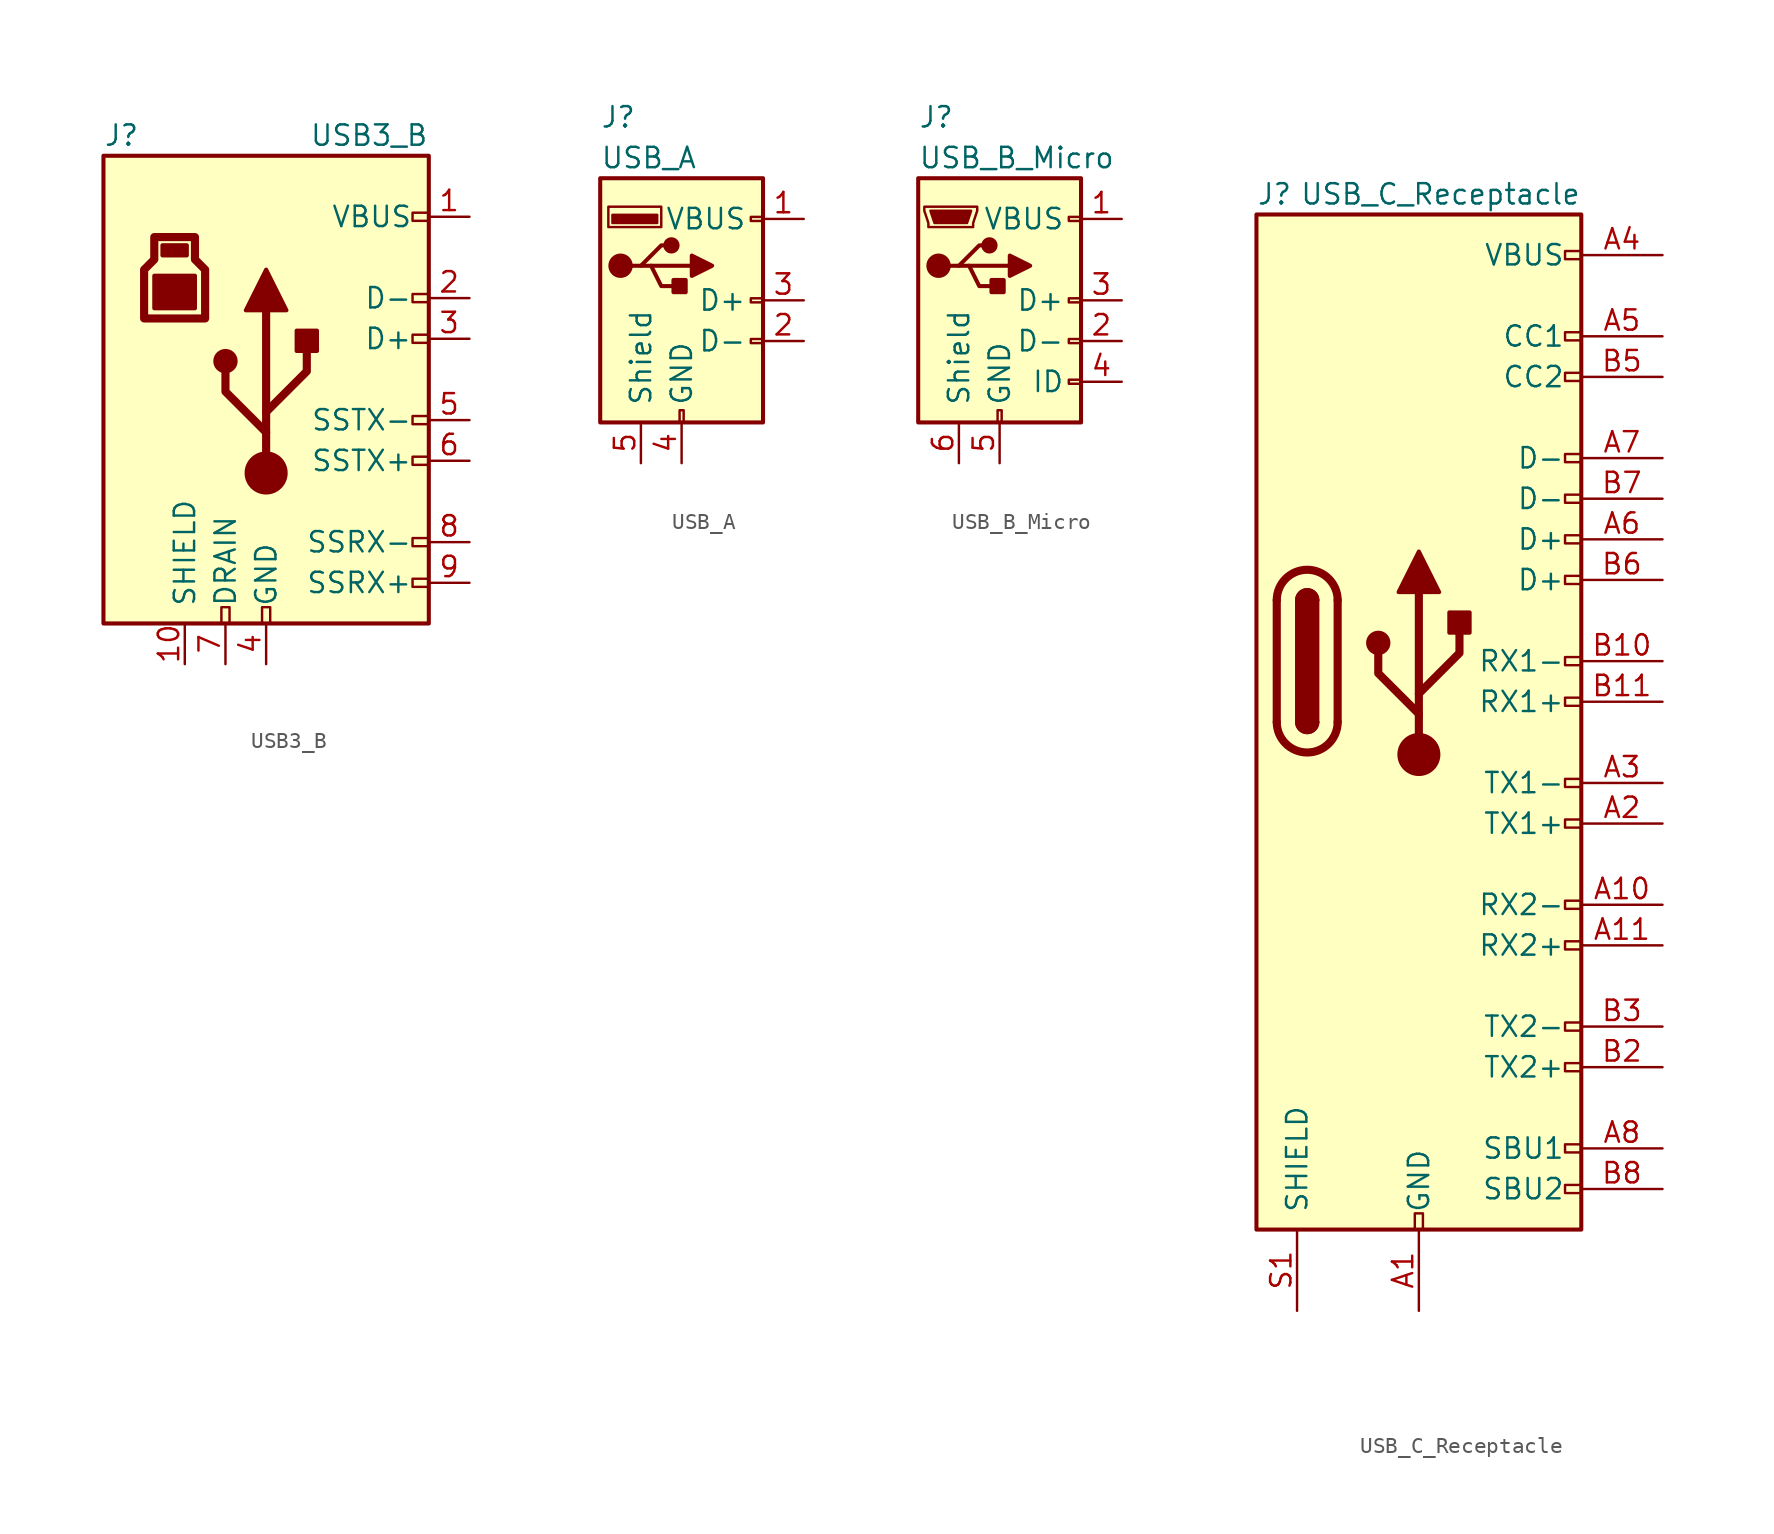
<source format=kicad_sym>
(kicad_symbol_lib
  (version 20241209)
  (generator "kicad_symbol_editor")
  (generator_version "9.0")
  (symbol "USB3_B"
    (pin_names
      (offset 1.016))
    (property "Reference" "J"
      (at -10.16 15.24 0)
      (effects (font (size 1.27 1.27)) (justify left)))
    (property "Value" "USB3_B"
      (at 10.16 15.24 0)
      (effects (font (size 1.27 1.27)) (justify right)))
    (symbol "USB3_B_0_0"
      (rectangle (start -2.794 -15.24) (end -2.286 -14.224) (stroke (width 0) (type default)) (fill (type none)))
      (rectangle (start -0.254 -15.24) (end 0.254 -14.224) (stroke (width 0) (type default)) (fill (type none)))
      (rectangle (start 10.16 10.414) (end 9.144 9.906) (stroke (width 0) (type default)) (fill (type none)))
      (rectangle (start 10.16 5.334) (end 9.144 4.826) (stroke (width 0) (type default)) (fill (type none)))
      (rectangle (start 10.16 2.794) (end 9.144 2.286) (stroke (width 0) (type default)) (fill (type none)))
      (rectangle (start 10.16 -2.286) (end 9.144 -2.794) (stroke (width 0) (type default)) (fill (type none)))
      (rectangle (start 10.16 -4.826) (end 9.144 -5.334) (stroke (width 0) (type default)) (fill (type none)))
      (rectangle (start 10.16 -9.906) (end 9.144 -10.414) (stroke (width 0) (type default)) (fill (type none)))
      (rectangle (start 10.16 -12.446) (end 9.144 -12.954) (stroke (width 0) (type default)) (fill (type none))))
    (symbol "USB3_B_0_1"
      (rectangle (start -10.16 13.97) (end 10.16 -15.24) (stroke (width 0.254) (type default)) (fill (type background)))
      (polyline (pts (xy -6.985 8.89) (xy -6.985 7.493) (xy -7.62 6.858) (xy -7.62 3.81) (xy -3.81 3.81) (xy -3.81 6.858) (xy -4.445 7.493) (xy -4.445 8.89) (xy -6.858 8.89) (xy -6.985 8.89)) (stroke (width 0.508) (type default)) (fill (type none)))
      (rectangle (start -6.477 8.382) (end -4.953 7.747) (stroke (width 0.254) (type default)) (fill (type outline)))
      (rectangle (start -4.445 4.445) (end -6.985 6.477) (stroke (width 0.254) (type default)) (fill (type outline))))
    (symbol "USB3_B_1_1"
      (circle (center -2.54 1.143) (radius 0.635) (stroke (width 0.254) (type default)) (fill (type outline)))
      (polyline (pts (xy -1.27 4.318) (xy 0 6.858) (xy 1.27 4.318) (xy -1.27 4.318)) (stroke (width 0.254) (type default)) (fill (type outline)))
      (polyline (pts (xy 0 -2.032) (xy 2.54 0.508) (xy 2.54 1.778)) (stroke (width 0.508) (type default)) (fill (type none)))
      (polyline (pts (xy 0 -3.302) (xy -2.54 -0.762) (xy -2.54 0.508)) (stroke (width 0.508) (type default)) (fill (type none)))
      (polyline (pts (xy 0 -5.842) (xy 0 4.318)) (stroke (width 0.508) (type default)) (fill (type none)))
      (circle (center 0 -5.842) (radius 1.27) (stroke (width 0) (type default)) (fill (type outline)))
      (rectangle (start 1.905 1.778) (end 3.175 3.048) (stroke (width 0.254) (type default)) (fill (type outline)))
      (pin passive line (at -5.08 -17.78 90) (length 2.54) (name "SHIELD" (effects (font (size 1.27 1.27)))) (number "10" (effects (font (size 1.27 1.27)))))
      (pin passive line (at -2.54 -17.78 90) (length 2.54) (name "DRAIN" (effects (font (size 1.27 1.27)))) (number "7" (effects (font (size 1.27 1.27)))))
      (pin power_out line (at 0 -17.78 90) (length 2.54) (name "GND" (effects (font (size 1.27 1.27)))) (number "4" (effects (font (size 1.27 1.27)))))
      (pin power_out line (at 12.7 10.16 180) (length 2.54) (name "VBUS" (effects (font (size 1.27 1.27)))) (number "1" (effects (font (size 1.27 1.27)))))
      (pin bidirectional line (at 12.7 5.08 180) (length 2.54) (name "D-" (effects (font (size 1.27 1.27)))) (number "2" (effects (font (size 1.27 1.27)))))
      (pin bidirectional line (at 12.7 2.54 180) (length 2.54) (name "D+" (effects (font (size 1.27 1.27)))) (number "3" (effects (font (size 1.27 1.27)))))
      (pin output line (at 12.7 -2.54 180) (length 2.54) (name "SSTX-" (effects (font (size 1.27 1.27)))) (number "5" (effects (font (size 1.27 1.27)))))
      (pin output line (at 12.7 -5.08 180) (length 2.54) (name "SSTX+" (effects (font (size 1.27 1.27)))) (number "6" (effects (font (size 1.27 1.27)))))
      (pin input line (at 12.7 -10.16 180) (length 2.54) (name "SSRX-" (effects (font (size 1.27 1.27)))) (number "8" (effects (font (size 1.27 1.27)))))
      (pin input line (at 12.7 -12.7 180) (length 2.54) (name "SSRX+" (effects (font (size 1.27 1.27)))) (number "9" (effects (font (size 1.27 1.27)))))))
  (symbol "USB_A"
    (pin_names
      (offset 1.016))
    (property "Reference" "J"
      (at -5.08 11.43 0)
      (effects (font (size 1.27 1.27)) (justify left)))
    (property "Value" "USB_A"
      (at -5.08 8.89 0)
      (effects (font (size 1.27 1.27)) (justify left)))
    (symbol "USB_A_0_1"
      (rectangle (start -5.08 -7.62) (end 5.08 7.62) (stroke (width 0.254) (type default)) (fill (type background)))
      (circle (center -3.81 2.159) (radius 0.635) (stroke (width 0.254) (type default)) (fill (type outline)))
      (polyline (pts (xy -3.175 2.159) (xy -2.54 2.159) (xy -1.27 3.429) (xy -0.635 3.429)) (stroke (width 0.254) (type default)) (fill (type none)))
      (polyline (pts (xy -2.54 2.159) (xy -1.905 2.159) (xy -1.27 0.889) (xy 0 0.889)) (stroke (width 0.254) (type default)) (fill (type none)))
      (rectangle (start -1.524 4.826) (end -4.318 5.334) (stroke (width 0) (type default)) (fill (type outline)))
      (rectangle (start -1.27 4.572) (end -4.572 5.842) (stroke (width 0) (type default)) (fill (type none)))
      (circle (center -0.635 3.429) (radius 0.381) (stroke (width 0.254) (type default)) (fill (type outline)))
      (rectangle (start -0.127 -7.62) (end 0.127 -6.858) (stroke (width 0) (type default)) (fill (type none)))
      (rectangle (start 0.254 1.27) (end -0.508 0.508) (stroke (width 0.254) (type default)) (fill (type outline)))
      (polyline (pts (xy 0.635 2.794) (xy 0.635 1.524) (xy 1.905 2.159) (xy 0.635 2.794)) (stroke (width 0.254) (type default)) (fill (type outline)))
      (rectangle (start 5.08 4.953) (end 4.318 5.207) (stroke (width 0) (type default)) (fill (type none)))
      (rectangle (start 5.08 -0.127) (end 4.318 0.127) (stroke (width 0) (type default)) (fill (type none)))
      (rectangle (start 5.08 -2.667) (end 4.318 -2.413) (stroke (width 0) (type default)) (fill (type none))))
    (symbol "USB_A_1_1"
      (polyline (pts (xy -1.905 2.159) (xy 0.635 2.159)) (stroke (width 0.254) (type default)) (fill (type none)))
      (pin passive line (at -2.54 -10.16 90) (length 2.54) (name "Shield" (effects (font (size 1.27 1.27)))) (number "5" (effects (font (size 1.27 1.27)))))
      (pin power_in line (at 0 -10.16 90) (length 2.54) (name "GND" (effects (font (size 1.27 1.27)))) (number "4" (effects (font (size 1.27 1.27)))))
      (pin power_in line (at 7.62 5.08 180) (length 2.54) (name "VBUS" (effects (font (size 1.27 1.27)))) (number "1" (effects (font (size 1.27 1.27)))))
      (pin bidirectional line (at 7.62 0 180) (length 2.54) (name "D+" (effects (font (size 1.27 1.27)))) (number "3" (effects (font (size 1.27 1.27)))))
      (pin bidirectional line (at 7.62 -2.54 180) (length 2.54) (name "D-" (effects (font (size 1.27 1.27)))) (number "2" (effects (font (size 1.27 1.27)))))))
  (symbol "USB_B_Micro"
    (pin_names
      (offset 1.016))
    (property "Reference" "J"
      (at -5.08 11.43 0)
      (effects (font (size 1.27 1.27)) (justify left)))
    (property "Value" "USB_B_Micro"
      (at -5.08 8.89 0)
      (effects (font (size 1.27 1.27)) (justify left)))
    (symbol "USB_B_Micro_0_1"
      (rectangle (start -5.08 -7.62) (end 5.08 7.62) (stroke (width 0.254) (type default)) (fill (type background)))
      (polyline (pts (xy -4.699 5.842) (xy -4.699 5.588) (xy -4.445 4.826) (xy -4.445 4.572) (xy -1.651 4.572) (xy -1.651 4.826) (xy -1.397 5.588) (xy -1.397 5.842) (xy -4.699 5.842)) (stroke (width 0) (type default)) (fill (type none)))
      (polyline (pts (xy -4.318 5.588) (xy -1.778 5.588) (xy -2.032 4.826) (xy -4.064 4.826) (xy -4.318 5.588)) (stroke (width 0) (type default)) (fill (type outline)))
      (circle (center -3.81 2.159) (radius 0.635) (stroke (width 0.254) (type default)) (fill (type outline)))
      (polyline (pts (xy -3.175 2.159) (xy -2.54 2.159) (xy -1.27 3.429) (xy -0.635 3.429)) (stroke (width 0.254) (type default)) (fill (type none)))
      (polyline (pts (xy -2.54 2.159) (xy -1.905 2.159) (xy -1.27 0.889) (xy 0 0.889)) (stroke (width 0.254) (type default)) (fill (type none)))
      (polyline (pts (xy -1.905 2.159) (xy 0.635 2.159)) (stroke (width 0.254) (type default)) (fill (type none)))
      (circle (center -0.635 3.429) (radius 0.381) (stroke (width 0.254) (type default)) (fill (type outline)))
      (rectangle (start -0.127 -7.62) (end 0.127 -6.858) (stroke (width 0) (type default)) (fill (type none)))
      (rectangle (start 0.254 1.27) (end -0.508 0.508) (stroke (width 0.254) (type default)) (fill (type outline)))
      (polyline (pts (xy 0.635 2.794) (xy 0.635 1.524) (xy 1.905 2.159) (xy 0.635 2.794)) (stroke (width 0.254) (type default)) (fill (type outline)))
      (rectangle (start 5.08 4.953) (end 4.318 5.207) (stroke (width 0) (type default)) (fill (type none)))
      (rectangle (start 5.08 -0.127) (end 4.318 0.127) (stroke (width 0) (type default)) (fill (type none)))
      (rectangle (start 5.08 -2.667) (end 4.318 -2.413) (stroke (width 0) (type default)) (fill (type none)))
      (rectangle (start 5.08 -5.207) (end 4.318 -4.953) (stroke (width 0) (type default)) (fill (type none))))
    (symbol "USB_B_Micro_1_1"
      (pin passive line (at -2.54 -10.16 90) (length 2.54) (name "Shield" (effects (font (size 1.27 1.27)))) (number "6" (effects (font (size 1.27 1.27)))))
      (pin power_out line (at 0 -10.16 90) (length 2.54) (name "GND" (effects (font (size 1.27 1.27)))) (number "5" (effects (font (size 1.27 1.27)))))
      (pin power_out line (at 7.62 5.08 180) (length 2.54) (name "VBUS" (effects (font (size 1.27 1.27)))) (number "1" (effects (font (size 1.27 1.27)))))
      (pin bidirectional line (at 7.62 0 180) (length 2.54) (name "D+" (effects (font (size 1.27 1.27)))) (number "3" (effects (font (size 1.27 1.27)))))
      (pin bidirectional line (at 7.62 -2.54 180) (length 2.54) (name "D-" (effects (font (size 1.27 1.27)))) (number "2" (effects (font (size 1.27 1.27)))))
      (pin passive line (at 7.62 -5.08 180) (length 2.54) (name "ID" (effects (font (size 1.27 1.27)))) (number "4" (effects (font (size 1.27 1.27)))))))
  (symbol "USB_C_Receptacle"
    (pin_names
      (offset 1.016))
    (property "Reference" "J"
      (at -10.16 29.21 0)
      (effects (font (size 1.27 1.27)) (justify left)))
    (property "Value" "USB_C_Receptacle"
      (at 10.16 29.21 0)
      (effects (font (size 1.27 1.27)) (justify right)))
    (symbol "USB_C_Receptacle_0_0"
      (rectangle (start -0.254 -35.56) (end 0.254 -34.544) (stroke (width 0) (type default)) (fill (type none)))
      (rectangle (start 10.16 25.654) (end 9.144 25.146) (stroke (width 0) (type default)) (fill (type none)))
      (rectangle (start 10.16 20.574) (end 9.144 20.066) (stroke (width 0) (type default)) (fill (type none)))
      (rectangle (start 10.16 18.034) (end 9.144 17.526) (stroke (width 0) (type default)) (fill (type none)))
      (rectangle (start 10.16 12.954) (end 9.144 12.446) (stroke (width 0) (type default)) (fill (type none)))
      (rectangle (start 10.16 10.414) (end 9.144 9.906) (stroke (width 0) (type default)) (fill (type none)))
      (rectangle (start 10.16 7.874) (end 9.144 7.366) (stroke (width 0) (type default)) (fill (type none)))
      (rectangle (start 10.16 5.334) (end 9.144 4.826) (stroke (width 0) (type default)) (fill (type none)))
      (rectangle (start 10.16 0.254) (end 9.144 -0.254) (stroke (width 0) (type default)) (fill (type none)))
      (rectangle (start 10.16 -2.286) (end 9.144 -2.794) (stroke (width 0) (type default)) (fill (type none)))
      (rectangle (start 10.16 -7.366) (end 9.144 -7.874) (stroke (width 0) (type default)) (fill (type none)))
      (rectangle (start 10.16 -9.906) (end 9.144 -10.414) (stroke (width 0) (type default)) (fill (type none)))
      (rectangle (start 10.16 -14.986) (end 9.144 -15.494) (stroke (width 0) (type default)) (fill (type none)))
      (rectangle (start 10.16 -17.526) (end 9.144 -18.034) (stroke (width 0) (type default)) (fill (type none)))
      (rectangle (start 10.16 -22.606) (end 9.144 -23.114) (stroke (width 0) (type default)) (fill (type none)))
      (rectangle (start 10.16 -25.146) (end 9.144 -25.654) (stroke (width 0) (type default)) (fill (type none)))
      (rectangle (start 10.16 -30.226) (end 9.144 -30.734) (stroke (width 0) (type default)) (fill (type none)))
      (rectangle (start 10.16 -32.766) (end 9.144 -33.274) (stroke (width 0) (type default)) (fill (type none))))
    (symbol "USB_C_Receptacle_0_1"
      (rectangle (start -10.16 27.94) (end 10.16 -35.56) (stroke (width 0.254) (type default)) (fill (type background)))
      (polyline (pts (xy -8.89 -3.81) (xy -8.89 3.81)) (stroke (width 0.508) (type default)) (fill (type none)))
      (rectangle (start -7.62 -3.81) (end -6.35 3.81) (stroke (width 0.254) (type default)) (fill (type outline)))
      (arc (start -7.62 3.81) (mid -6.985 4.4423) (end -6.35 3.81) (stroke (width 0.254) (type default)) (fill (type none)))
      (arc (start -7.62 3.81) (mid -6.985 4.4423) (end -6.35 3.81) (stroke (width 0.254) (type default)) (fill (type outline)))
      (arc (start -8.89 3.81) (mid -6.985 5.7067) (end -5.08 3.81) (stroke (width 0.508) (type default)) (fill (type none)))
      (arc (start -5.08 -3.81) (mid -6.985 -5.7067) (end -8.89 -3.81) (stroke (width 0.508) (type default)) (fill (type none)))
      (arc (start -6.35 -3.81) (mid -6.985 -4.4423) (end -7.62 -3.81) (stroke (width 0.254) (type default)) (fill (type none)))
      (arc (start -6.35 -3.81) (mid -6.985 -4.4423) (end -7.62 -3.81) (stroke (width 0.254) (type default)) (fill (type outline)))
      (polyline (pts (xy -5.08 3.81) (xy -5.08 -3.81)) (stroke (width 0.508) (type default)) (fill (type none))))
    (symbol "USB_C_Receptacle_1_1"
      (circle (center -2.54 1.143) (radius 0.635) (stroke (width 0.254) (type default)) (fill (type outline)))
      (polyline (pts (xy -1.27 4.318) (xy 0 6.858) (xy 1.27 4.318) (xy -1.27 4.318)) (stroke (width 0.254) (type default)) (fill (type outline)))
      (polyline (pts (xy 0 -2.032) (xy 2.54 0.508) (xy 2.54 1.778)) (stroke (width 0.508) (type default)) (fill (type none)))
      (polyline (pts (xy 0 -3.302) (xy -2.54 -0.762) (xy -2.54 0.508)) (stroke (width 0.508) (type default)) (fill (type none)))
      (polyline (pts (xy 0 -5.842) (xy 0 4.318)) (stroke (width 0.508) (type default)) (fill (type none)))
      (circle (center 0 -5.842) (radius 1.27) (stroke (width 0) (type default)) (fill (type outline)))
      (rectangle (start 1.905 1.778) (end 3.175 3.048) (stroke (width 0.254) (type default)) (fill (type outline)))
      (pin passive line (at -7.62 -40.64 90) (length 5.08) (name "SHIELD" (effects (font (size 1.27 1.27)))) (number "S1" (effects (font (size 1.27 1.27)))))
      (pin passive line (at 0 -40.64 90) (length 5.08) (name "GND" (effects (font (size 1.27 1.27)))) (number "A1" (effects (font (size 1.27 1.27)))))
      (pin passive line (at 0 -40.64 90) (length 5.08) (hide yes) (name "GND" (effects (font (size 1.27 1.27)))) (number "A12" (effects (font (size 1.27 1.27)))))
      (pin passive line (at 0 -40.64 90) (length 5.08) (hide yes) (name "GND" (effects (font (size 1.27 1.27)))) (number "B1" (effects (font (size 1.27 1.27)))))
      (pin passive line (at 0 -40.64 90) (length 5.08) (hide yes) (name "GND" (effects (font (size 1.27 1.27)))) (number "B12" (effects (font (size 1.27 1.27)))))
      (pin passive line (at 15.24 25.4 180) (length 5.08) (name "VBUS" (effects (font (size 1.27 1.27)))) (number "A4" (effects (font (size 1.27 1.27)))))
      (pin passive line (at 15.24 25.4 180) (length 5.08) (hide yes) (name "VBUS" (effects (font (size 1.27 1.27)))) (number "A9" (effects (font (size 1.27 1.27)))))
      (pin passive line (at 15.24 25.4 180) (length 5.08) (hide yes) (name "VBUS" (effects (font (size 1.27 1.27)))) (number "B4" (effects (font (size 1.27 1.27)))))
      (pin passive line (at 15.24 25.4 180) (length 5.08) (hide yes) (name "VBUS" (effects (font (size 1.27 1.27)))) (number "B9" (effects (font (size 1.27 1.27)))))
      (pin bidirectional line (at 15.24 20.32 180) (length 5.08) (name "CC1" (effects (font (size 1.27 1.27)))) (number "A5" (effects (font (size 1.27 1.27)))))
      (pin bidirectional line (at 15.24 17.78 180) (length 5.08) (name "CC2" (effects (font (size 1.27 1.27)))) (number "B5" (effects (font (size 1.27 1.27)))))
      (pin bidirectional line (at 15.24 12.7 180) (length 5.08) (name "D-" (effects (font (size 1.27 1.27)))) (number "A7" (effects (font (size 1.27 1.27)))))
      (pin bidirectional line (at 15.24 10.16 180) (length 5.08) (name "D-" (effects (font (size 1.27 1.27)))) (number "B7" (effects (font (size 1.27 1.27)))))
      (pin bidirectional line (at 15.24 7.62 180) (length 5.08) (name "D+" (effects (font (size 1.27 1.27)))) (number "A6" (effects (font (size 1.27 1.27)))))
      (pin bidirectional line (at 15.24 5.08 180) (length 5.08) (name "D+" (effects (font (size 1.27 1.27)))) (number "B6" (effects (font (size 1.27 1.27)))))
      (pin bidirectional line (at 15.24 0 180) (length 5.08) (name "RX1-" (effects (font (size 1.27 1.27)))) (number "B10" (effects (font (size 1.27 1.27)))))
      (pin bidirectional line (at 15.24 -2.54 180) (length 5.08) (name "RX1+" (effects (font (size 1.27 1.27)))) (number "B11" (effects (font (size 1.27 1.27)))))
      (pin bidirectional line (at 15.24 -7.62 180) (length 5.08) (name "TX1-" (effects (font (size 1.27 1.27)))) (number "A3" (effects (font (size 1.27 1.27)))))
      (pin bidirectional line (at 15.24 -10.16 180) (length 5.08) (name "TX1+" (effects (font (size 1.27 1.27)))) (number "A2" (effects (font (size 1.27 1.27)))))
      (pin bidirectional line (at 15.24 -15.24 180) (length 5.08) (name "RX2-" (effects (font (size 1.27 1.27)))) (number "A10" (effects (font (size 1.27 1.27)))))
      (pin bidirectional line (at 15.24 -17.78 180) (length 5.08) (name "RX2+" (effects (font (size 1.27 1.27)))) (number "A11" (effects (font (size 1.27 1.27)))))
      (pin bidirectional line (at 15.24 -22.86 180) (length 5.08) (name "TX2-" (effects (font (size 1.27 1.27)))) (number "B3" (effects (font (size 1.27 1.27)))))
      (pin bidirectional line (at 15.24 -25.4 180) (length 5.08) (name "TX2+" (effects (font (size 1.27 1.27)))) (number "B2" (effects (font (size 1.27 1.27)))))
      (pin bidirectional line (at 15.24 -30.48 180) (length 5.08) (name "SBU1" (effects (font (size 1.27 1.27)))) (number "A8" (effects (font (size 1.27 1.27)))))
      (pin bidirectional line (at 15.24 -33.02 180) (length 5.08) (name "SBU2" (effects (font (size 1.27 1.27)))) (number "B8" (effects (font (size 1.27 1.27))))))))
</source>
